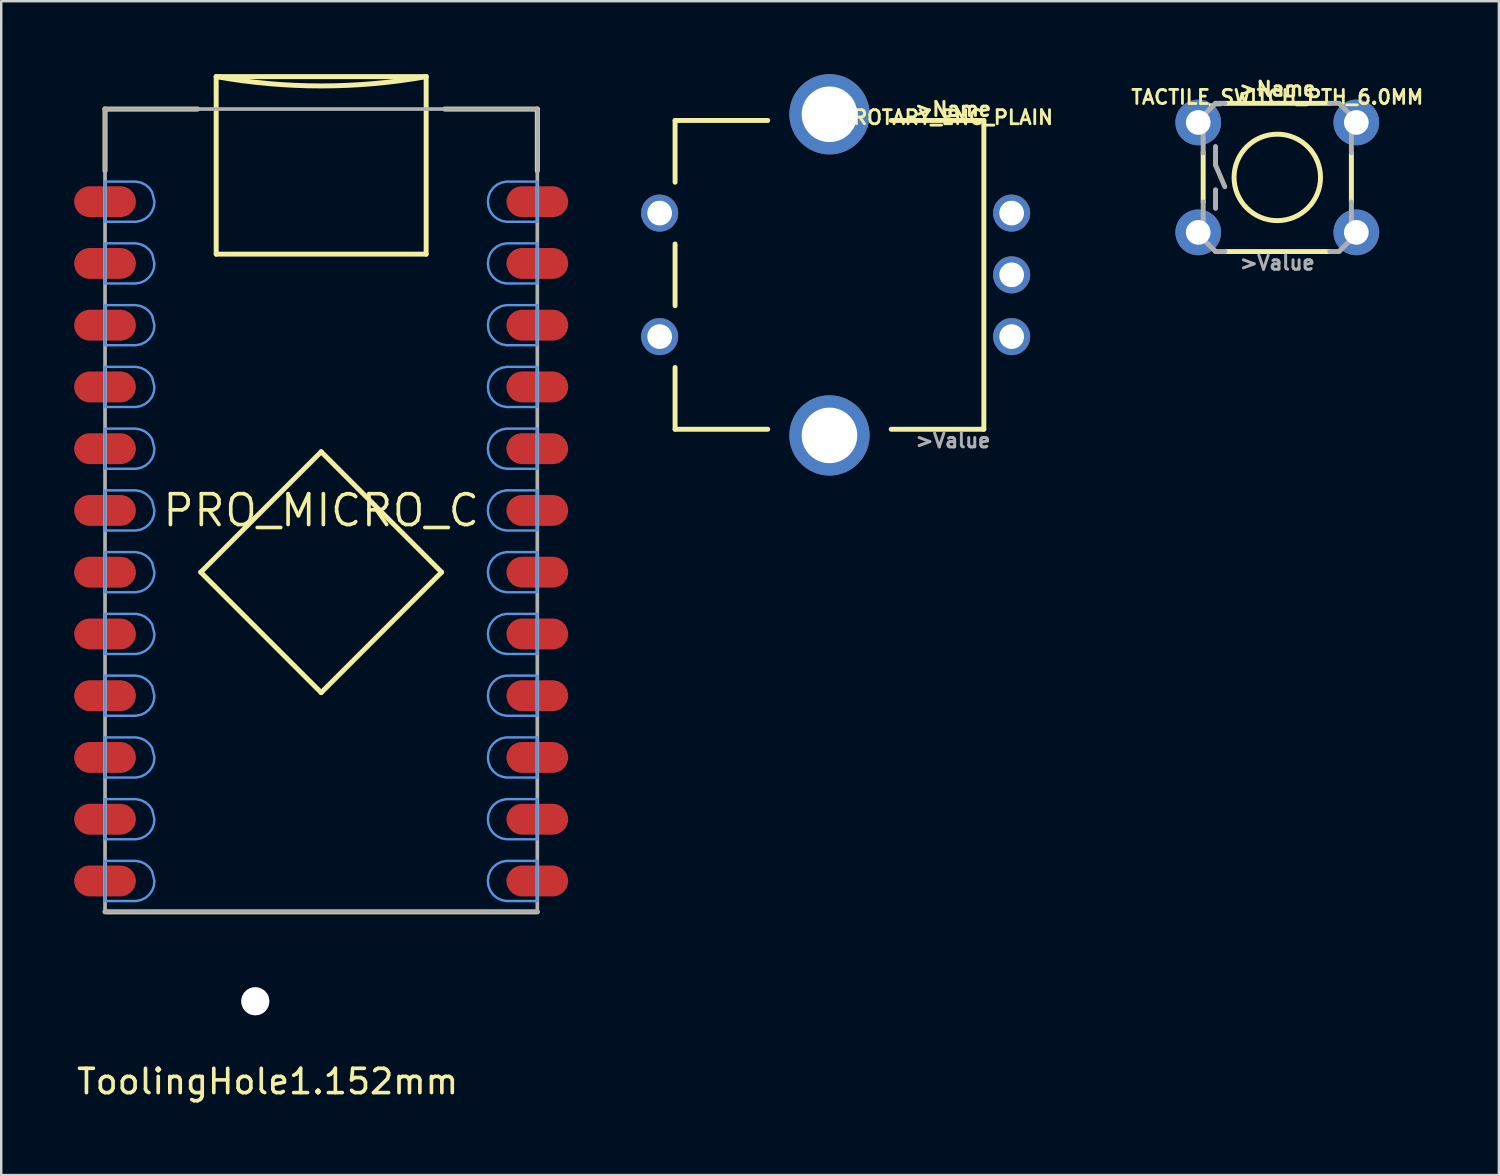
<source format=kicad_pcb>
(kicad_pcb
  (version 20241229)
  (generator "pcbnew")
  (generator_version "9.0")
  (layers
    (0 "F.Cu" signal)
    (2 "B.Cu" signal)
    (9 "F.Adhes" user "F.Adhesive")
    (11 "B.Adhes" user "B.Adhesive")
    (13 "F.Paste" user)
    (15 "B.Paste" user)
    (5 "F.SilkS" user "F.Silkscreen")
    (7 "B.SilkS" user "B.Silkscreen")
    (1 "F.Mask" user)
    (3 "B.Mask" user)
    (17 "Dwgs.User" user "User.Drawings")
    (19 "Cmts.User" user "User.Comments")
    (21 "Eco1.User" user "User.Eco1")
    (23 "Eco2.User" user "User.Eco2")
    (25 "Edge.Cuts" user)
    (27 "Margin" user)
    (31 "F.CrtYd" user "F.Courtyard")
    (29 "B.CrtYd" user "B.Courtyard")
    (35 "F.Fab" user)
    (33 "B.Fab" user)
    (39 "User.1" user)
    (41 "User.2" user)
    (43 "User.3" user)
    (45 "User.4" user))
  (footprint "TACTILE_SWITCH_PTH_6.0MM"
    (layer "F.Cu")
    (at 49.486 4.247)
    (property "Reference" "TACTILE_SWITCH_PTH_6.0MM" (at 0 -3.302 0) (layer "F.SilkS") (effects (font (size 0.579 0.579) (thickness 0.116))))
    (attr through_hole)
    (fp_line (start -3.048 -1.028) (end -3.048 1.016) (stroke (width 0.203) (type solid)) (layer "F.SilkS"))
    (fp_line (start -2.159 3.048) (end 2.159 3.048) (stroke (width 0.203) (type solid)) (layer "F.SilkS"))
    (fp_line (start 2.159 -3.048) (end -2.159 -3.048) (stroke (width 0.203) (type solid)) (layer "F.SilkS"))
    (fp_line (start 3.048 -0.998) (end 3.048 1.016) (stroke (width 0.203) (type solid)) (layer "F.SilkS"))
    (fp_circle (center 0 0) (end 1.778 0) (stroke (width 0.203) (type solid)) (fill no) (layer "F.SilkS"))
    (fp_line (start -3.048 -2.54) (end -3.048 -1.016) (stroke (width 0.203) (type solid)) (layer "F.Fab"))
    (fp_line (start -3.048 2.54) (end -3.048 1.016) (stroke (width 0.203) (type solid)) (layer "F.Fab"))
    (fp_line (start -2.54 -3.048) (end -3.048 -2.54) (stroke (width 0.203) (type solid)) (layer "F.Fab"))
    (fp_line (start -2.54 -3.048) (end -2.159 -3.048) (stroke (width 0.203) (type solid)) (layer "F.Fab"))
    (fp_line (start -2.54 -1.27) (end -2.54 -0.508) (stroke (width 0.203) (type solid)) (layer "F.Fab"))
    (fp_line (start -2.54 -0.508) (end -2.159 0.381) (stroke (width 0.203) (type solid)) (layer "F.Fab"))
    (fp_line (start -2.54 0.508) (end -2.54 1.27) (stroke (width 0.203) (type solid)) (layer "F.Fab"))
    (fp_line (start -2.54 3.048) (end -3.048 2.54) (stroke (width 0.203) (type solid)) (layer "F.Fab"))
    (fp_line (start -2.54 3.048) (end -2.159 3.048) (stroke (width 0.203) (type solid)) (layer "F.Fab"))
    (fp_line (start 2.54 -3.048) (end 2.159 -3.048) (stroke (width 0.203) (type solid)) (layer "F.Fab"))
    (fp_line (start 2.54 3.048) (end 2.159 3.048) (stroke (width 0.203) (type solid)) (layer "F.Fab"))
    (fp_line (start 2.54 3.048) (end 3.048 2.54) (stroke (width 0.203) (type solid)) (layer "F.Fab"))
    (fp_line (start 3.048 -2.54) (end 2.54 -3.048) (stroke (width 0.203) (type solid)) (layer "F.Fab"))
    (fp_line (start 3.048 -1.016) (end 3.048 -2.54) (stroke (width 0.203) (type solid)) (layer "F.Fab"))
    (fp_line (start 3.048 2.54) (end 3.048 1.016) (stroke (width 0.203) (type solid)) (layer "F.Fab"))
    (fp_text user ">Name" (at 0 -3.302 0) (layer "F.SilkS") (effects (font (size 0.579 0.579) (thickness 0.122)) (justify bottom)))
    (fp_text user ">Value" (at 0 3.175 0) (layer "F.Fab") (effects (font (size 0.579 0.579) (thickness 0.122)) (justify top)))
    (pad "1" thru_hole circle (at -3.251 -2.261) (size 1.88 1.88) (drill 1.016) (layers "*.Cu" "*.Mask"))
    (pad "2" thru_hole circle (at 3.251 -2.261) (size 1.88 1.88) (drill 1.016) (layers "*.Cu" "*.Mask"))
    (pad "3" thru_hole circle (at -3.251 2.261) (size 1.88 1.88) (drill 1.016) (layers "*.Cu" "*.Mask"))
    (pad "4" thru_hole circle (at 3.251 2.261) (size 1.88 1.88) (drill 1.016) (layers "*.Cu" "*.Mask")))
  (footprint "ToolingHole1.152mm"
    (layer "F.Cu")
    (at 7.45 40.165)
    (property "Reference" "ToolingHole1.152mm" (at 0.508 1.27 0) (layer "F.SilkS") (effects (font (size 1 1) (thickness 0.15))))
    (attr through_hole)
    (pad "1" thru_hole circle (at 0 -2.032) (size 1.152 1.152) (drill 1.152) (layers "*.Cu" "*.Mask")))
  (footprint "ROTARY_ENC_PLAIN"
    (layer "F.Cu")
    (at 31.067 8.255)
    (property "Reference" "ROTARY_ENC_PLAIN" (at 5.08 -6.477 0) (layer "F.SilkS") (effects (font (size 0.579 0.579) (thickness 0.116))))
    (attr through_hole)
    (fp_line (start -6.35 -6.35) (end -6.35 -3.81) (stroke (width 0.203) (type solid)) (layer "F.SilkS"))
    (fp_line (start -6.35 -6.35) (end -2.54 -6.35) (stroke (width 0.203) (type solid)) (layer "F.SilkS"))
    (fp_line (start -6.35 -1.27) (end -6.35 1.27) (stroke (width 0.203) (type solid)) (layer "F.SilkS"))
    (fp_line (start -6.35 6.35) (end -6.35 3.81) (stroke (width 0.203) (type solid)) (layer "F.SilkS"))
    (fp_line (start -2.54 6.35) (end -6.35 6.35) (stroke (width 0.203) (type solid)) (layer "F.SilkS"))
    (fp_line (start 2.54 -6.35) (end 6.35 -6.35) (stroke (width 0.203) (type solid)) (layer "F.SilkS"))
    (fp_line (start 6.35 -6.35) (end 6.35 6.35) (stroke (width 0.203) (type solid)) (layer "F.SilkS"))
    (fp_line (start 6.35 6.35) (end 2.54 6.35) (stroke (width 0.203) (type solid)) (layer "F.SilkS"))
    (fp_text user ">Name" (at 5.08 -6.477 0) (layer "F.SilkS") (effects (font (size 0.579 0.579) (thickness 0.122)) (justify bottom)))
    (fp_text user ">Value" (at 5.08 6.477 0) (layer "F.Fab") (effects (font (size 0.579 0.579) (thickness 0.122)) (justify top)))
    (pad "A" thru_hole circle (at 7.493 2.54) (size 1.524 1.524) (drill 1.016) (layers "*.Cu" "*.Mask"))
    (pad "B" thru_hole circle (at 7.493 -2.54) (size 1.524 1.524) (drill 1.016) (layers "*.Cu" "*.Mask"))
    (pad "C" thru_hole circle (at 7.493 0) (size 1.524 1.524) (drill 1.016) (layers "*.Cu" "*.Mask"))
    (pad "P$3" thru_hole circle (at 0 -6.604) (size 3.302 3.302) (drill 2.286) (layers "*.Cu" "*.Mask"))
    (pad "P$4" thru_hole circle (at 0 6.604) (size 3.302 3.302) (drill 2.286) (layers "*.Cu" "*.Mask"))
    (pad "SW+" thru_hole circle (at -6.985 -2.54) (size 1.524 1.524) (drill 1.016) (layers "*.Cu" "*.Mask"))
    (pad "SW-" thru_hole circle (at -6.985 2.54) (size 1.524 1.524) (drill 1.016) (layers "*.Cu" "*.Mask")))
  (footprint "PRO_MICRO_C"
    (layer "F.Cu")
    (at 10.16 17.945)
    (property "Reference" "PRO_MICRO_C" (at 0 0 0) (layer "F.SilkS") (effects (font (size 1.27 1.27) (thickness 0.15))))
    (attr through_hole)
    (fp_line (start -8.89 -16.51) (end -8.89 -13.97) (stroke (width 0.203) (type solid)) (layer "F.SilkS"))
    (fp_line (start -5.08 -16.51) (end -8.89 -16.51) (stroke (width 0.203) (type solid)) (layer "F.SilkS"))
    (fp_line (start -4.953 2.54) (end 0 7.493) (stroke (width 0.203) (type solid)) (layer "F.SilkS"))
    (fp_line (start -4.318 -17.843) (end 4.318 -17.843) (stroke (width 0.203) (type solid)) (layer "F.SilkS"))
    (fp_line (start -4.318 -10.541) (end -4.318 -17.843) (stroke (width 0.203) (type solid)) (layer "F.SilkS"))
    (fp_line (start 0 -2.413) (end -4.953 2.54) (stroke (width 0.203) (type solid)) (layer "F.SilkS"))
    (fp_line (start 0 7.493) (end 4.953 2.54) (stroke (width 0.203) (type solid)) (layer "F.SilkS"))
    (fp_line (start 4.318 -17.843) (end 4.318 -10.541) (stroke (width 0.203) (type solid)) (layer "F.SilkS"))
    (fp_line (start 4.318 -10.541) (end -4.318 -10.541) (stroke (width 0.203) (type solid)) (layer "F.SilkS"))
    (fp_line (start 4.953 2.54) (end 0 -2.413) (stroke (width 0.203) (type solid)) (layer "F.SilkS"))
    (fp_line (start 5.08 -16.51) (end 8.89 -16.51) (stroke (width 0.203) (type solid)) (layer "F.SilkS"))
    (fp_line (start 8.89 -16.51) (end 8.89 -13.97) (stroke (width 0.203) (type solid)) (layer "F.SilkS"))
    (fp_line (start 8.89 16.51) (end -8.89 16.51) (stroke (width 0.203) (type solid)) (layer "F.SilkS"))
    (fp_arc (start 4.318 -17.8435) (mid 0 -17.460445) (end -4.318 -17.8435) (stroke (width 0.2032) (type solid)) (layer "F.SilkS"))
    (fp_poly (pts (xy -8.89 -13.525) (xy -7.62 -13.525) (xy -7.62 -13.525) (xy -7.418 -13.486) (xy -7.232 -13.398) (xy -7.074 -13.265) (xy -6.954 -13.097) (xy -6.858 -12.7) (xy -6.858 -12.7) (xy -6.881 -12.495) (xy -6.954 -12.303) (xy -7.074 -12.135) (xy -7.232 -12.002) (xy -7.418 -11.914) (xy -7.62 -11.874) (xy -8.89 -11.874)) (stroke (width 0.1) (type solid)) (fill no) (layer "Cmts.User"))
    (fp_poly (pts (xy -8.89 -10.986) (xy -7.62 -10.986) (xy -7.62 -10.986) (xy -7.418 -10.946) (xy -7.232 -10.858) (xy -7.074 -10.725) (xy -6.954 -10.557) (xy -6.858 -10.16) (xy -6.858 -10.16) (xy -6.881 -9.955) (xy -6.954 -9.763) (xy -7.074 -9.595) (xy -7.232 -9.462) (xy -7.418 -9.374) (xy -7.62 -9.335) (xy -8.89 -9.335)) (stroke (width 0.1) (type solid)) (fill no) (layer "Cmts.User"))
    (fp_poly (pts (xy -8.89 -8.445) (xy -7.62 -8.445) (xy -7.62 -8.445) (xy -7.418 -8.406) (xy -7.232 -8.318) (xy -7.074 -8.185) (xy -6.954 -8.017) (xy -6.858 -7.62) (xy -6.858 -7.62) (xy -6.881 -7.415) (xy -6.954 -7.223) (xy -7.074 -7.055) (xy -7.232 -6.922) (xy -7.418 -6.834) (xy -7.62 -6.795) (xy -8.89 -6.795)) (stroke (width 0.1) (type solid)) (fill no) (layer "Cmts.User"))
    (fp_poly (pts (xy -8.89 -5.905) (xy -7.62 -5.905) (xy -7.62 -5.905) (xy -7.418 -5.866) (xy -7.232 -5.778) (xy -7.074 -5.645) (xy -6.954 -5.477) (xy -6.858 -5.08) (xy -6.858 -5.08) (xy -6.881 -4.875) (xy -6.954 -4.683) (xy -7.074 -4.515) (xy -7.232 -4.382) (xy -7.418 -4.294) (xy -7.62 -4.255) (xy -8.89 -4.255)) (stroke (width 0.1) (type solid)) (fill no) (layer "Cmts.User"))
    (fp_poly (pts (xy -8.89 -3.365) (xy -7.62 -3.365) (xy -7.62 -3.365) (xy -7.418 -3.326) (xy -7.232 -3.238) (xy -7.074 -3.105) (xy -6.954 -2.937) (xy -6.858 -2.54) (xy -6.858 -2.54) (xy -6.881 -2.335) (xy -6.954 -2.143) (xy -7.074 -1.975) (xy -7.232 -1.842) (xy -7.418 -1.754) (xy -7.62 -1.714) (xy -8.89 -1.714)) (stroke (width 0.1) (type solid)) (fill no) (layer "Cmts.User"))
    (fp_poly (pts (xy -8.89 -0.826) (xy -7.62 -0.826) (xy -7.62 -0.826) (xy -7.418 -0.786) (xy -7.232 -0.698) (xy -7.074 -0.565) (xy -6.954 -0.397) (xy -6.858 0) (xy -6.858 0.000001) (xy -6.881 0.205) (xy -6.954 0.397) (xy -7.074 0.565) (xy -7.232 0.698) (xy -7.418 0.786) (xy -7.62 0.826) (xy -8.89 0.826)) (stroke (width 0.1) (type solid)) (fill no) (layer "Cmts.User"))
    (fp_poly (pts (xy -8.89 1.714) (xy -7.62 1.714) (xy -7.62 1.714) (xy -7.418 1.754) (xy -7.232 1.842) (xy -7.074 1.975) (xy -6.954 2.143) (xy -6.858 2.54) (xy -6.858 2.54) (xy -6.881 2.745) (xy -6.954 2.937) (xy -7.074 3.105) (xy -7.232 3.238) (xy -7.418 3.326) (xy -7.62 3.365) (xy -8.89 3.365)) (stroke (width 0.1) (type solid)) (fill no) (layer "Cmts.User"))
    (fp_poly (pts (xy -8.89 4.255) (xy -7.62 4.255) (xy -7.62 4.255) (xy -7.418 4.294) (xy -7.232 4.382) (xy -7.074 4.515) (xy -6.954 4.683) (xy -6.858 5.08) (xy -6.858 5.08) (xy -6.881 5.285) (xy -6.954 5.477) (xy -7.074 5.645) (xy -7.232 5.778) (xy -7.418 5.866) (xy -7.62 5.905) (xy -8.89 5.905)) (stroke (width 0.1) (type solid)) (fill no) (layer "Cmts.User"))
    (fp_poly (pts (xy -8.89 6.795) (xy -7.62 6.795) (xy -7.62 6.795) (xy -7.418 6.834) (xy -7.232 6.922) (xy -7.074 7.055) (xy -6.954 7.223) (xy -6.858 7.62) (xy -6.858 7.62) (xy -6.881 7.825) (xy -6.954 8.017) (xy -7.074 8.185) (xy -7.232 8.318) (xy -7.418 8.406) (xy -7.62 8.445) (xy -8.89 8.445)) (stroke (width 0.1) (type solid)) (fill no) (layer "Cmts.User"))
    (fp_poly (pts (xy -8.89 9.335) (xy -7.62 9.335) (xy -7.62 9.335) (xy -7.418 9.374) (xy -7.232 9.462) (xy -7.074 9.595) (xy -6.954 9.763) (xy -6.858 10.16) (xy -6.858 10.16) (xy -6.881 10.365) (xy -6.954 10.557) (xy -7.074 10.725) (xy -7.232 10.858) (xy -7.418 10.946) (xy -7.62 10.986) (xy -8.89 10.986)) (stroke (width 0.1) (type solid)) (fill no) (layer "Cmts.User"))
    (fp_poly (pts (xy -8.89 11.874) (xy -7.62 11.874) (xy -7.62 11.874) (xy -7.418 11.914) (xy -7.232 12.002) (xy -7.074 12.135) (xy -6.954 12.303) (xy -6.858 12.7) (xy -6.858 12.7) (xy -6.881 12.905) (xy -6.954 13.097) (xy -7.074 13.265) (xy -7.232 13.398) (xy -7.418 13.486) (xy -7.62 13.525) (xy -8.89 13.525)) (stroke (width 0.1) (type solid)) (fill no) (layer "Cmts.User"))
    (fp_poly (pts (xy -8.89 14.415) (xy -7.62 14.415) (xy -7.62 14.415) (xy -7.418 14.454) (xy -7.232 14.542) (xy -7.074 14.675) (xy -6.954 14.843) (xy -6.858 15.24) (xy -6.858 15.24) (xy -6.881 15.445) (xy -6.954 15.637) (xy -7.074 15.805) (xy -7.232 15.938) (xy -7.418 16.026) (xy -7.62 16.066) (xy -8.89 16.066)) (stroke (width 0.1) (type solid)) (fill no) (layer "Cmts.User"))
    (fp_poly (pts (xy 8.89 -11.874) (xy 7.62 -11.874) (xy 7.62 -11.874) (xy 7.418 -11.914) (xy 7.232 -12.002) (xy 7.074 -12.135) (xy 6.954 -12.303) (xy 6.881 -12.495) (xy 6.858 -12.7) (xy 6.858 -12.7) (xy 6.881 -12.905) (xy 6.954 -13.097) (xy 7.074 -13.265) (xy 7.232 -13.398) (xy 7.418 -13.486) (xy 7.62 -13.525) (xy 8.89 -13.525)) (stroke (width 0.1) (type solid)) (fill no) (layer "Cmts.User"))
    (fp_poly (pts (xy 8.89 -9.335) (xy 7.62 -9.335) (xy 7.62 -9.335) (xy 7.418 -9.374) (xy 7.232 -9.462) (xy 7.074 -9.595) (xy 6.954 -9.763) (xy 6.881 -9.955) (xy 6.858 -10.16) (xy 6.858 -10.16) (xy 6.881 -10.365) (xy 6.954 -10.557) (xy 7.074 -10.725) (xy 7.232 -10.858) (xy 7.418 -10.946) (xy 7.62 -10.986) (xy 8.89 -10.986)) (stroke (width 0.1) (type solid)) (fill no) (layer "Cmts.User"))
    (fp_poly (pts (xy 8.89 -6.795) (xy 7.62 -6.795) (xy 7.62 -6.795) (xy 7.418 -6.834) (xy 7.232 -6.922) (xy 7.074 -7.055) (xy 6.954 -7.223) (xy 6.881 -7.415) (xy 6.858 -7.62) (xy 6.858 -7.62) (xy 6.881 -7.825) (xy 6.954 -8.017) (xy 7.074 -8.185) (xy 7.232 -8.318) (xy 7.418 -8.406) (xy 7.62 -8.445) (xy 8.89 -8.445)) (stroke (width 0.1) (type solid)) (fill no) (layer "Cmts.User"))
    (fp_poly (pts (xy 8.89 -4.255) (xy 7.62 -4.255) (xy 7.62 -4.255) (xy 7.418 -4.294) (xy 7.232 -4.382) (xy 7.074 -4.515) (xy 6.954 -4.683) (xy 6.881 -4.875) (xy 6.858 -5.08) (xy 6.858 -5.08) (xy 6.881 -5.285) (xy 6.954 -5.477) (xy 7.074 -5.645) (xy 7.232 -5.778) (xy 7.418 -5.866) (xy 7.62 -5.905) (xy 8.89 -5.905)) (stroke (width 0.1) (type solid)) (fill no) (layer "Cmts.User"))
    (fp_poly (pts (xy 8.89 -1.714) (xy 7.62 -1.714) (xy 7.62 -1.714) (xy 7.418 -1.754) (xy 7.232 -1.842) (xy 7.074 -1.975) (xy 6.954 -2.143) (xy 6.881 -2.335) (xy 6.858 -2.54) (xy 6.858 -2.54) (xy 6.881 -2.745) (xy 6.954 -2.937) (xy 7.074 -3.105) (xy 7.232 -3.238) (xy 7.418 -3.326) (xy 7.62 -3.365) (xy 8.89 -3.365)) (stroke (width 0.1) (type solid)) (fill no) (layer "Cmts.User"))
    (fp_poly (pts (xy 8.89 0.826) (xy 7.62 0.826) (xy 7.62 0.826) (xy 7.418 0.786) (xy 7.232 0.698) (xy 7.074 0.565) (xy 6.954 0.397) (xy 6.881 0.205) (xy 6.858 0) (xy 6.858 -0.000001) (xy 6.881 -0.205) (xy 6.954 -0.397) (xy 7.074 -0.565) (xy 7.232 -0.698) (xy 7.418 -0.786) (xy 7.62 -0.826) (xy 8.89 -0.826)) (stroke (width 0.1) (type solid)) (fill no) (layer "Cmts.User"))
    (fp_poly (pts (xy 8.89 3.365) (xy 7.62 3.365) (xy 7.62 3.365) (xy 7.418 3.326) (xy 7.232 3.238) (xy 7.074 3.105) (xy 6.954 2.937) (xy 6.881 2.745) (xy 6.858 2.54) (xy 6.858 2.54) (xy 6.881 2.335) (xy 6.954 2.143) (xy 7.074 1.975) (xy 7.232 1.842) (xy 7.418 1.754) (xy 7.62 1.714) (xy 8.89 1.714)) (stroke (width 0.1) (type solid)) (fill no) (layer "Cmts.User"))
    (fp_poly (pts (xy 8.89 5.905) (xy 7.62 5.905) (xy 7.62 5.905) (xy 7.418 5.866) (xy 7.232 5.778) (xy 7.074 5.645) (xy 6.954 5.477) (xy 6.881 5.285) (xy 6.858 5.08) (xy 6.858 5.08) (xy 6.881 4.875) (xy 6.954 4.683) (xy 7.074 4.515) (xy 7.232 4.382) (xy 7.418 4.294) (xy 7.62 4.255) (xy 8.89 4.255)) (stroke (width 0.1) (type solid)) (fill no) (layer "Cmts.User"))
    (fp_poly (pts (xy 8.89 8.445) (xy 7.62 8.445) (xy 7.62 8.445) (xy 7.418 8.406) (xy 7.232 8.318) (xy 7.074 8.185) (xy 6.954 8.017) (xy 6.881 7.825) (xy 6.858 7.62) (xy 6.858 7.62) (xy 6.881 7.415) (xy 6.954 7.223) (xy 7.074 7.055) (xy 7.232 6.922) (xy 7.418 6.834) (xy 7.62 6.795) (xy 8.89 6.795)) (stroke (width 0.1) (type solid)) (fill no) (layer "Cmts.User"))
    (fp_poly (pts (xy 8.89 10.986) (xy 7.62 10.986) (xy 7.62 10.986) (xy 7.418 10.946) (xy 7.232 10.858) (xy 7.074 10.725) (xy 6.954 10.557) (xy 6.881 10.365) (xy 6.858 10.16) (xy 6.858 10.16) (xy 6.881 9.955) (xy 6.954 9.763) (xy 7.074 9.595) (xy 7.232 9.462) (xy 7.418 9.374) (xy 7.62 9.335) (xy 8.89 9.335)) (stroke (width 0.1) (type solid)) (fill no) (layer "Cmts.User"))
    (fp_poly (pts (xy 8.89 13.525) (xy 7.62 13.525) (xy 7.62 13.525) (xy 7.418 13.486) (xy 7.232 13.398) (xy 7.074 13.265) (xy 6.954 13.097) (xy 6.881 12.905) (xy 6.858 12.7) (xy 6.858 12.7) (xy 6.881 12.495) (xy 6.954 12.303) (xy 7.074 12.135) (xy 7.232 12.002) (xy 7.418 11.914) (xy 7.62 11.874) (xy 8.89 11.874)) (stroke (width 0.1) (type solid)) (fill no) (layer "Cmts.User"))
    (fp_poly (pts (xy 8.89 16.066) (xy 7.62 16.066) (xy 7.62 16.066) (xy 7.418 16.026) (xy 7.232 15.938) (xy 7.074 15.805) (xy 6.954 15.637) (xy 6.881 15.445) (xy 6.858 15.24) (xy 6.858 15.24) (xy 6.881 15.035) (xy 6.954 14.843) (xy 7.074 14.675) (xy 7.232 14.542) (xy 7.418 14.454) (xy 7.62 14.415) (xy 8.89 14.415)) (stroke (width 0.1) (type solid)) (fill no) (layer "Cmts.User"))
    (fp_line (start -8.89 -16.51) (end -8.89 16.51) (stroke (width 0.152) (type solid)) (layer "F.Fab"))
    (fp_line (start -8.89 16.51) (end 8.89 16.51) (stroke (width 0.152) (type solid)) (layer "F.Fab"))
    (fp_line (start 8.89 -16.51) (end -8.89 -16.51) (stroke (width 0.152) (type solid)) (layer "F.Fab"))
    (fp_line (start 8.89 16.51) (end 8.89 -16.51) (stroke (width 0.152) (type solid)) (layer "F.Fab"))
    (pad "1" smd roundrect (at -8.89 -12.7) (size 2.54 1.27) (layers "F.Cu" "F.Mask" "F.Paste") (roundrect_rratio 0.5))
    (pad "2" smd roundrect (at -8.89 -10.16) (size 2.54 1.27) (layers "F.Cu" "F.Mask" "F.Paste") (roundrect_rratio 0.5))
    (pad "3" smd roundrect (at -8.89 -7.62) (size 2.54 1.27) (layers "F.Cu" "F.Mask" "F.Paste") (roundrect_rratio 0.5))
    (pad "4" smd roundrect (at -8.89 -5.08) (size 2.54 1.27) (layers "F.Cu" "F.Mask" "F.Paste") (roundrect_rratio 0.5))
    (pad "5" smd roundrect (at -8.89 -2.54) (size 2.54 1.27) (layers "F.Cu" "F.Mask" "F.Paste") (roundrect_rratio 0.5))
    (pad "6" smd roundrect (at -8.89 0) (size 2.54 1.27) (layers "F.Cu" "F.Mask" "F.Paste") (roundrect_rratio 0.5))
    (pad "7" smd roundrect (at -8.89 2.54) (size 2.54 1.27) (layers "F.Cu" "F.Mask" "F.Paste") (roundrect_rratio 0.5))
    (pad "8" smd roundrect (at -8.89 5.08) (size 2.54 1.27) (layers "F.Cu" "F.Mask" "F.Paste") (roundrect_rratio 0.5))
    (pad "9" smd roundrect (at -8.89 7.62) (size 2.54 1.27) (layers "F.Cu" "F.Mask" "F.Paste") (roundrect_rratio 0.5))
    (pad "10" smd roundrect (at -8.89 10.16) (size 2.54 1.27) (layers "F.Cu" "F.Mask" "F.Paste") (roundrect_rratio 0.5))
    (pad "11" smd roundrect (at -8.89 12.7) (size 2.54 1.27) (layers "F.Cu" "F.Mask" "F.Paste") (roundrect_rratio 0.5))
    (pad "12" smd roundrect (at -8.89 15.24) (size 2.54 1.27) (layers "F.Cu" "F.Mask" "F.Paste") (roundrect_rratio 0.5))
    (pad "13" smd roundrect (at 8.89 15.24) (size 2.54 1.27) (layers "F.Cu" "F.Mask" "F.Paste") (roundrect_rratio 0.5))
    (pad "14" smd roundrect (at 8.89 12.7) (size 2.54 1.27) (layers "F.Cu" "F.Mask" "F.Paste") (roundrect_rratio 0.5))
    (pad "15" smd roundrect (at 8.89 10.16) (size 2.54 1.27) (layers "F.Cu" "F.Mask" "F.Paste") (roundrect_rratio 0.5))
    (pad "16" smd roundrect (at 8.89 7.62) (size 2.54 1.27) (layers "F.Cu" "F.Mask" "F.Paste") (roundrect_rratio 0.5))
    (pad "17" smd roundrect (at 8.89 5.08) (size 2.54 1.27) (layers "F.Cu" "F.Mask" "F.Paste") (roundrect_rratio 0.5))
    (pad "18" smd roundrect (at 8.89 2.54) (size 2.54 1.27) (layers "F.Cu" "F.Mask" "F.Paste") (roundrect_rratio 0.5))
    (pad "19" smd roundrect (at 8.89 0) (size 2.54 1.27) (layers "F.Cu" "F.Mask" "F.Paste") (roundrect_rratio 0.5))
    (pad "20" smd roundrect (at 8.89 -2.54) (size 2.54 1.27) (layers "F.Cu" "F.Mask" "F.Paste") (roundrect_rratio 0.5))
    (pad "21" smd roundrect (at 8.89 -5.08) (size 2.54 1.27) (layers "F.Cu" "F.Mask" "F.Paste") (roundrect_rratio 0.5))
    (pad "22" smd roundrect (at 8.89 -7.62) (size 2.54 1.27) (layers "F.Cu" "F.Mask" "F.Paste") (roundrect_rratio 0.5))
    (pad "23" smd roundrect (at 8.89 -10.16) (size 2.54 1.27) (layers "F.Cu" "F.Mask" "F.Paste") (roundrect_rratio 0.5))
    (pad "24" smd roundrect (at 8.89 -12.7) (size 2.54 1.27) (layers "F.Cu" "F.Mask" "F.Paste") (roundrect_rratio 0.5)))
  (gr_rect
    (start -3 -3)
    (end 58.6 45.283)
    (stroke (width 0.1) (type default))
    (fill no)
    (layer "Edge.Cuts")))
</source>
